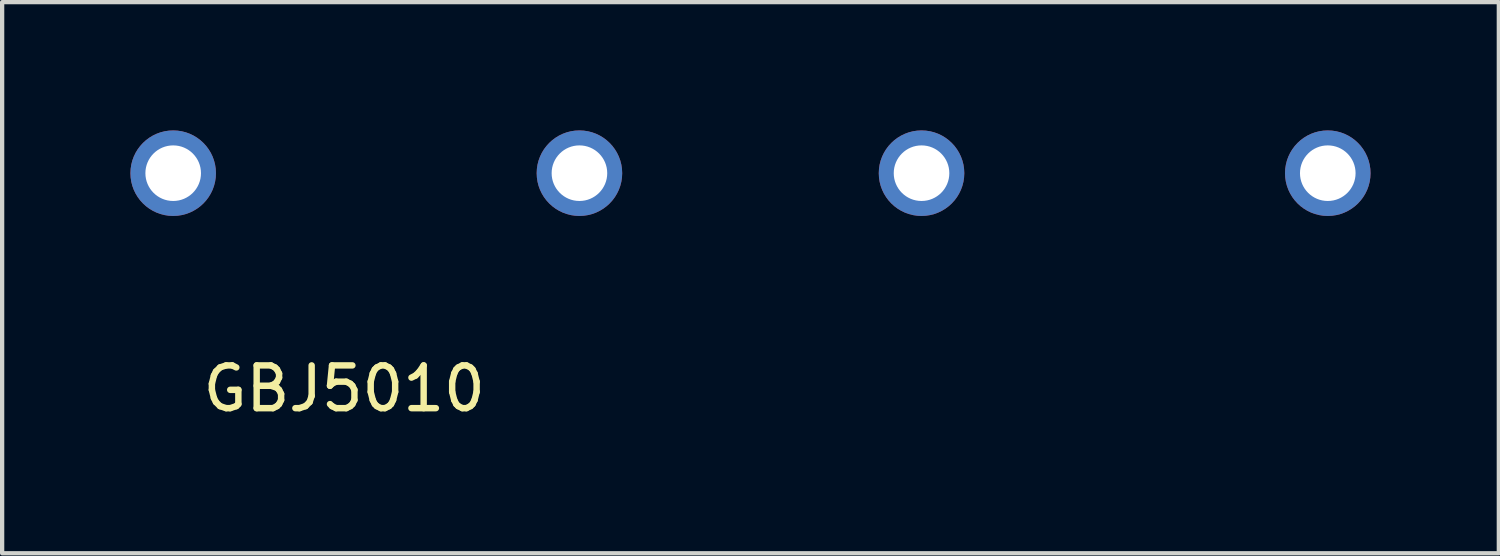
<source format=kicad_pcb>
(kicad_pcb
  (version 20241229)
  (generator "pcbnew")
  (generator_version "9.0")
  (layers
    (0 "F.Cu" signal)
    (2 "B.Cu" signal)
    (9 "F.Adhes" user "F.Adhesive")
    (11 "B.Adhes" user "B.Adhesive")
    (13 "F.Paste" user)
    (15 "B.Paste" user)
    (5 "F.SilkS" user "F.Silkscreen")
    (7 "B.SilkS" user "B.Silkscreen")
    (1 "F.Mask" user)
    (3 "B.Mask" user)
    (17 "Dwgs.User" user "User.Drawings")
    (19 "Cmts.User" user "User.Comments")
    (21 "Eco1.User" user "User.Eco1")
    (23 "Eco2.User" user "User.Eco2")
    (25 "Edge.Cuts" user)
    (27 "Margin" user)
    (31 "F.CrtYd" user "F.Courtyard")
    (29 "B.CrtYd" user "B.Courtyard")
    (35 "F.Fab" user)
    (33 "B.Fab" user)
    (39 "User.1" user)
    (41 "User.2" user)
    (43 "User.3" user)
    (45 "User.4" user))
  (footprint "GBJ5010"
    (layer "F.Cu")
    (at 5 3.5)
    (property "Reference" "GBJ5010" (at 0 2.54 0) (layer "F.SilkS") (effects (font (size 1 1) (thickness 0.15))))
    (attr through_hole)
    (pad "1" thru_hole circle (at -4 -2.5) (size 2 2) (drill 1.3) (layers "*.Cu" "*.Mask"))
    (pad "2" thru_hole circle (at 5.5 -2.5) (size 2 2) (drill 1.3) (layers "*.Cu" "*.Mask"))
    (pad "3" thru_hole circle (at 13.5 -2.5) (size 2 2) (drill 1.3) (layers "*.Cu" "*.Mask"))
    (pad "4" thru_hole circle (at 23 -2.5) (size 2 2) (drill 1.3) (layers "*.Cu" "*.Mask")))
  (gr_rect
    (start -3 -3)
    (end 32 9.888)
    (stroke (width 0.1) (type default))
    (fill no)
    (layer "Edge.Cuts")))
</source>
